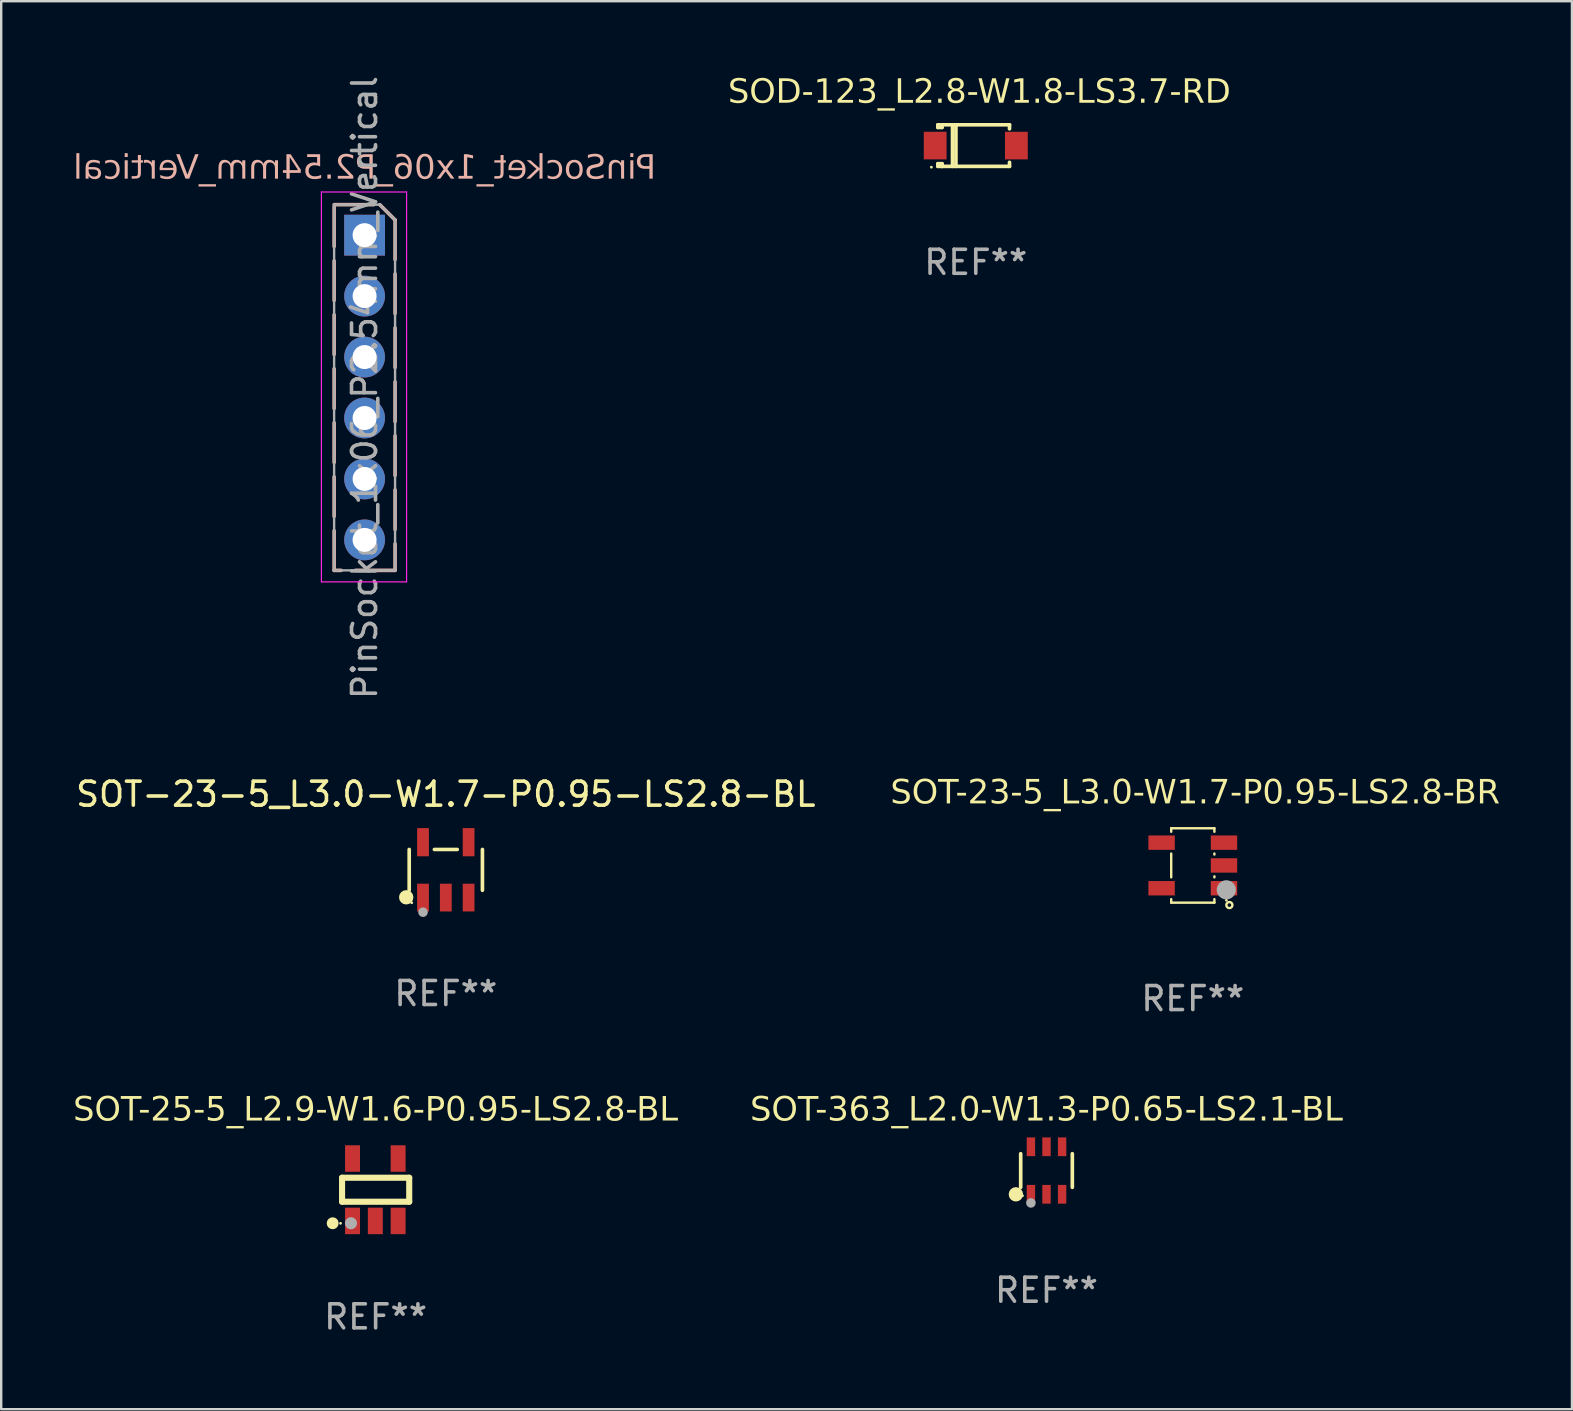
<source format=kicad_pcb>
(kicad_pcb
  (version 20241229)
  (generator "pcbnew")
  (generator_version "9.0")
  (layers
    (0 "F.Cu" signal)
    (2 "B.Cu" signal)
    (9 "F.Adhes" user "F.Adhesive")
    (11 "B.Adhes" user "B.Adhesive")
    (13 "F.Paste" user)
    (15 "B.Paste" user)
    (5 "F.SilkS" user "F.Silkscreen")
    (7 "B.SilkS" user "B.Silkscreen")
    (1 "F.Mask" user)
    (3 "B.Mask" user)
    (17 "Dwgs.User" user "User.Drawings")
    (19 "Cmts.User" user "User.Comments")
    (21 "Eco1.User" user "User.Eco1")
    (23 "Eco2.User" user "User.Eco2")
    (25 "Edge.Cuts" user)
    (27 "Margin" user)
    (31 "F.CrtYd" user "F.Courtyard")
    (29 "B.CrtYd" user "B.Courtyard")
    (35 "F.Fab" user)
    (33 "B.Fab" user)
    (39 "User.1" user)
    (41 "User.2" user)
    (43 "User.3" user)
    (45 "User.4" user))
  (footprint "PinSocket_1x06_P2.54mm_Vertical"
    (layer "F.Cu")
    (at 12.145 6.751)
    (property "Reference" "PinSocket_1x06_P2.54mm_Vertical" (at 0 -2.77 0) (layer "B.SilkS") (effects (font (face "Anko Personal Use SemBd") (size 1 1) (thickness 0.15)) (justify mirror)))
    (attr through_hole)
    (fp_line (start -1.27 -1.27) (end 0.635 -1.27) (stroke (width 0.15) (type dash)) (layer "B.SilkS"))
    (fp_line (start -1.27 13.97) (end -1.27 -1.27) (stroke (width 0.15) (type dash)) (layer "B.SilkS"))
    (fp_line (start 0.635 -1.27) (end 1.27 -0.635) (stroke (width 0.15) (type dash)) (layer "B.SilkS"))
    (fp_line (start 1.27 -0.635) (end 1.27 13.97) (stroke (width 0.15) (type dash)) (layer "B.SilkS"))
    (fp_line (start 1.27 13.97) (end -1.27 13.97) (stroke (width 0.15) (type dash)) (layer "B.SilkS"))
    (fp_line (start -1.8 -1.8) (end 1.75 -1.8) (stroke (width 0.05) (type solid)) (layer "F.CrtYd"))
    (fp_line (start -1.8 14.45) (end -1.8 -1.8) (stroke (width 0.05) (type solid)) (layer "F.CrtYd"))
    (fp_line (start 1.75 -1.8) (end 1.75 14.45) (stroke (width 0.05) (type solid)) (layer "F.CrtYd"))
    (fp_line (start 1.75 14.45) (end -1.8 14.45) (stroke (width 0.05) (type solid)) (layer "F.CrtYd"))
    (fp_line (start -1.27 -1.27) (end 0.635 -1.27) (stroke (width 0.1) (type solid)) (layer "F.Fab"))
    (fp_line (start -1.27 13.97) (end -1.27 -1.27) (stroke (width 0.1) (type solid)) (layer "F.Fab"))
    (fp_line (start 0.635 -1.27) (end 1.27 -0.635) (stroke (width 0.1) (type solid)) (layer "F.Fab"))
    (fp_line (start 1.27 -0.635) (end 1.27 13.97) (stroke (width 0.1) (type solid)) (layer "F.Fab"))
    (fp_line (start 1.27 13.97) (end -1.27 13.97) (stroke (width 0.1) (type solid)) (layer "F.Fab"))
    (fp_text user "${REFERENCE}" (at 0 6.35 90) (layer "F.Fab") (effects (font (size 1 1) (thickness 0.15))))
    (pad "1" thru_hole rect (at 0 0) (size 1.7 1.7) (drill 1) (layers "*.Cu" "*.Mask"))
    (pad "2" thru_hole oval (at 0 2.54) (size 1.7 1.7) (drill 1) (layers "*.Cu" "*.Mask"))
    (pad "3" thru_hole oval (at 0 5.08) (size 1.7 1.7) (drill 1) (layers "*.Cu" "*.Mask"))
    (pad "4" thru_hole oval (at 0 7.62) (size 1.7 1.7) (drill 1) (layers "*.Cu" "*.Mask"))
    (pad "5" thru_hole oval (at 0 10.16) (size 1.7 1.7) (drill 1) (layers "*.Cu" "*.Mask"))
    (pad "6" thru_hole oval (at 0 12.7) (size 1.7 1.7) (drill 1) (layers "*.Cu" "*.Mask")))
  (footprint "SOT-23-5_L3.0-W1.7-P0.95-LS2.8-BR"
    (layer "F.Cu")
    (at 46.662 33.019)
    (property "Reference" "SOT-23-5_L3.0-W1.7-P0.95-LS2.8-BR" (at 0.1 -3 0) (layer "F.SilkS") (effects (font (face "Anko Personal Use SemBd") (size 1 1) (thickness 0.15))))
    (attr smd)
    (fp_line (start -0.9 -1.55) (end -0.9 -1.404) (stroke (width 0.1) (type solid)) (layer "F.SilkS"))
    (fp_line (start -0.9 -1.55) (end 0.9 -1.55) (stroke (width 0.1) (type solid)) (layer "F.SilkS"))
    (fp_line (start -0.9 -0.496) (end -0.9 0.496) (stroke (width 0.1) (type solid)) (layer "F.SilkS"))
    (fp_line (start -0.9 1.404) (end -0.9 1.55) (stroke (width 0.1) (type solid)) (layer "F.SilkS"))
    (fp_line (start -0.9 1.55) (end 0.9 1.55) (stroke (width 0.1) (type solid)) (layer "F.SilkS"))
    (fp_line (start 0.9 -1.55) (end 0.9 -1.404) (stroke (width 0.1) (type solid)) (layer "F.SilkS"))
    (fp_line (start 0.9 -0.496) (end 0.9 -0.454) (stroke (width 0.1) (type solid)) (layer "F.SilkS"))
    (fp_line (start 0.9 0.454) (end 0.9 0.496) (stroke (width 0.1) (type solid)) (layer "F.SilkS"))
    (fp_line (start 0.9 1.404) (end 0.9 1.55) (stroke (width 0.1) (type solid)) (layer "F.SilkS"))
    (fp_circle (center 1.4 1.45) (end 1.43 1.45) (stroke (width 0.06) (type solid)) (fill no) (layer "F.SilkS"))
    (fp_circle (center 1.524 1.651) (end 1.651 1.651) (stroke (width 0.1) (type solid)) (fill no) (layer "F.SilkS"))
    (fp_circle (center 1.397 1.016) (end 1.597 1.016) (stroke (width 0.4) (type solid)) (fill no) (layer "F.Fab"))
    (fp_text user "REF**" (at 0 5.55 0) (layer "F.Fab") (effects (font (size 1 1) (thickness 0.15))))
    (pad "1" smd rect (at 1.3 0.95) (size 1.1 0.6) (layers "F.Cu" "F.Mask" "F.Paste"))
    (pad "2" smd rect (at 1.3 0) (size 1.1 0.6) (layers "F.Cu" "F.Mask" "F.Paste"))
    (pad "3" smd rect (at 1.3 -0.95) (size 1.1 0.6) (layers "F.Cu" "F.Mask" "F.Paste"))
    (pad "4" smd rect (at -1.3 -0.95) (size 1.1 0.6) (layers "F.Cu" "F.Mask" "F.Paste"))
    (pad "5" smd rect (at -1.3 0.95) (size 1.1 0.6) (layers "F.Cu" "F.Mask" "F.Paste")))
  (footprint "SOT-25-5_L2.9-W1.6-P0.95-LS2.8-BL"
    (layer "F.Cu")
    (at 12.593 46.534)
    (property "Reference" "SOT-25-5_L2.9-W1.6-P0.95-LS2.8-BL" (at 0.012 -3.3 0) (layer "F.SilkS") (effects (font (face "Anko Personal Use SemBd") (size 1 1) (thickness 0.15))))
    (attr smd)
    (fp_line (start -1.387 -0.5) (end 1.412 -0.5) (stroke (width 0.254) (type solid)) (layer "F.SilkS"))
    (fp_line (start -1.387 0.5) (end -1.387 -0.5) (stroke (width 0.254) (type solid)) (layer "F.SilkS"))
    (fp_line (start 1.412 -0.5) (end 1.412 0.5) (stroke (width 0.254) (type solid)) (layer "F.SilkS"))
    (fp_line (start 1.412 0.5) (end -1.387 0.5) (stroke (width 0.254) (type solid)) (layer "F.SilkS"))
    (fp_arc (start -1.779578 1.521463) (mid -1.778282 1.272549) (end -1.777089 1.521464) (stroke (width 0.24892) (type solid)) (layer "F.SilkS"))
    (fp_circle (center -1.45 1.4) (end -1.42 1.4) (stroke (width 0.06) (type solid)) (fill no) (layer "F.SilkS"))
    (fp_circle (center -1.016 1.397) (end -0.889 1.397) (stroke (width 0.254) (type solid)) (fill no) (layer "F.Fab"))
    (fp_text user "REF**" (at 0.012 5.3 0) (layer "F.Fab") (effects (font (size 1 1) (thickness 0.15))))
    (pad "1" smd rect (at -0.95 1.3) (size 0.622 1.105) (layers "F.Cu" "F.Mask" "F.Paste"))
    (pad "2" smd rect (at -0.001 1.3) (size 0.622 1.105) (layers "F.Cu" "F.Mask" "F.Paste"))
    (pad "3" smd rect (at 0.95 1.3) (size 0.622 1.105) (layers "F.Cu" "F.Mask" "F.Paste"))
    (pad "4" smd rect (at 0.95 -1.3) (size 0.622 1.105) (layers "F.Cu" "F.Mask" "F.Paste"))
    (pad "5" smd rect (at -0.95 -1.3) (size 0.622 1.105) (layers "F.Cu" "F.Mask" "F.Paste")))
  (footprint "SOT-23-5_L3.0-W1.7-P0.95-LS2.8-BL"
    (layer "F.Cu")
    (at 15.53 33.204)
    (property "Reference" "SOT-23-5_L3.0-W1.7-P0.95-LS2.8-BL" (at 0 -3.154 0) (layer "F.SilkS") (effects (font (size 1 1) (thickness 0.15))))
    (attr smd)
    (fp_line (start -1.526 0.851) (end -1.526 -0.851) (stroke (width 0.152) (type solid)) (layer "F.SilkS"))
    (fp_line (start 0.476 -0.851) (end -0.476 -0.851) (stroke (width 0.152) (type solid)) (layer "F.SilkS"))
    (fp_line (start 1.526 0.851) (end 1.526 -0.851) (stroke (width 0.152) (type solid)) (layer "F.SilkS"))
    (fp_circle (center -1.651 1.143) (end -1.501 1.143) (stroke (width 0.3) (type solid)) (fill no) (layer "F.SilkS"))
    (fp_circle (center -1.42 1.37) (end -1.39 1.37) (stroke (width 0.06) (type solid)) (fill no) (layer "F.SilkS"))
    (fp_circle (center -0.95 1.763) (end -0.85 1.763) (stroke (width 0.2) (type solid)) (fill no) (layer "F.Fab"))
    (fp_text user "REF**" (at 0 5.154 0) (layer "F.Fab") (effects (font (size 1 1) (thickness 0.15))))
    (pad "1" smd rect (at -0.95 1.154) (size 0.49 1.157) (layers "F.Cu" "F.Mask" "F.Paste"))
    (pad "2" smd rect (at 0 1.154) (size 0.49 1.157) (layers "F.Cu" "F.Mask" "F.Paste"))
    (pad "3" smd rect (at 0.95 1.154) (size 0.49 1.157) (layers "F.Cu" "F.Mask" "F.Paste"))
    (pad "4" smd rect (at 0.95 -1.154) (size 0.49 1.175) (layers "F.Cu" "F.Mask" "F.Paste"))
    (pad "5" smd rect (at -0.95 -1.154) (size 0.49 1.175) (layers "F.Cu" "F.Mask" "F.Paste")))
  (footprint "SOD-123_L2.8-W1.8-LS3.7-RD"
    (layer "F.Cu")
    (at 37.617 3.017)
    (property "Reference" "SOD-123_L2.8-W1.8-LS3.7-RD" (at 0.15 -2.2 0) (layer "F.SilkS") (effects (font (face "Anko Personal Use SemBd") (size 1 1) (thickness 0.15))))
    (attr smd)
    (fp_line (start -1.58 -0.866) (end -1.406 -0.866) (stroke (width 0.152) (type solid)) (layer "F.SilkS"))
    (fp_line (start -1.58 -0.755) (end -1.58 -0.866) (stroke (width 0.152) (type solid)) (layer "F.SilkS"))
    (fp_line (start -1.58 -0.755) (end -1.406 -0.755) (stroke (width 0.152) (type solid)) (layer "F.SilkS"))
    (fp_line (start -1.58 0.755) (end -1.406 0.755) (stroke (width 0.152) (type solid)) (layer "F.SilkS"))
    (fp_line (start -1.58 0.866) (end -1.58 0.755) (stroke (width 0.152) (type solid)) (layer "F.SilkS"))
    (fp_line (start -1.406 -0.866) (end -1.406 -0.755) (stroke (width 0.152) (type solid)) (layer "F.SilkS"))
    (fp_line (start -1.406 -0.866) (end 1.406 -0.866) (stroke (width 0.152) (type solid)) (layer "F.SilkS"))
    (fp_line (start -1.406 0.755) (end -1.406 0.866) (stroke (width 0.152) (type solid)) (layer "F.SilkS"))
    (fp_line (start -1.406 0.866) (end -1.58 0.866) (stroke (width 0.152) (type solid)) (layer "F.SilkS"))
    (fp_line (start -1.406 0.866) (end 1.406 0.866) (stroke (width 0.152) (type solid)) (layer "F.SilkS"))
    (fp_line (start -0.97 -0.866) (end -0.97 0.866) (stroke (width 0.152) (type solid)) (layer "F.SilkS"))
    (fp_line (start -0.827 -0.866) (end -0.827 0.866) (stroke (width 0.152) (type solid)) (layer "F.SilkS"))
    (fp_line (start 1.406 -0.866) (end 1.406 -0.698) (stroke (width 0.152) (type solid)) (layer "F.SilkS"))
    (fp_line (start 1.406 0.866) (end 1.406 0.698) (stroke (width 0.152) (type solid)) (layer "F.SilkS"))
    (fp_circle (center -1.85 0.9) (end -1.82 0.9) (stroke (width 0.06) (type solid)) (fill no) (layer "F.SilkS"))
    (fp_text user "REF**" (at 0 4.866 0) (layer "F.Fab") (effects (font (size 1 1) (thickness 0.15))))
    (pad "1" smd rect (at -1.692 0) (size 0.95 1.15) (layers "F.Cu" "F.Mask" "F.Paste"))
    (pad "2" smd rect (at 1.692 0) (size 0.95 1.15) (layers "F.Cu" "F.Mask" "F.Paste")))
  (footprint "SOT-363_L2.0-W1.3-P0.65-LS2.1-BL"
    (layer "F.Cu")
    (at 40.565 45.734)
    (property "Reference" "SOT-363_L2.0-W1.3-P0.65-LS2.1-BL" (at 0 -2.5 0) (layer "F.SilkS") (effects (font (face "Anko Personal Use SemBd") (size 1 1) (thickness 0.15))))
    (attr smd)
    (fp_line (start -1.076 0.701) (end -1.076 -0.701) (stroke (width 0.152) (type solid)) (layer "F.SilkS"))
    (fp_line (start 1.076 0.701) (end 1.076 -0.701) (stroke (width 0.152) (type solid)) (layer "F.SilkS"))
    (fp_circle (center -1.277 0.992) (end -1.127 0.992) (stroke (width 0.3) (type solid)) (fill no) (layer "F.SilkS"))
    (fp_circle (center -1 1.05) (end -0.97 1.05) (stroke (width 0.06) (type solid)) (fill no) (layer "F.SilkS"))
    (fp_circle (center -0.65 1.35) (end -0.55 1.35) (stroke (width 0.2) (type solid)) (fill no) (layer "F.Fab"))
    (fp_text user "REF**" (at 0 4.99 0) (layer "F.Fab") (effects (font (size 1 1) (thickness 0.15))))
    (pad "1" smd rect (at -0.65 0.99) (size 0.35 0.78) (layers "F.Cu" "F.Mask" "F.Paste"))
    (pad "2" smd rect (at 0 0.99) (size 0.35 0.78) (layers "F.Cu" "F.Mask" "F.Paste"))
    (pad "3" smd rect (at 0.65 0.99) (size 0.35 0.78) (layers "F.Cu" "F.Mask" "F.Paste"))
    (pad "4" smd rect (at 0.65 -0.99) (size 0.35 0.78) (layers "F.Cu" "F.Mask" "F.Paste"))
    (pad "5" smd rect (at 0 -0.99) (size 0.35 0.78) (layers "F.Cu" "F.Mask" "F.Paste"))
    (pad "6" smd rect (at -0.65 -0.99) (size 0.35 0.78) (layers "F.Cu" "F.Mask" "F.Paste")))
  (gr_rect
    (start -3 -3)
    (end 62.464 55.682)
    (stroke (width 0.1) (type default))
    (fill no)
    (layer "Edge.Cuts")))
</source>
